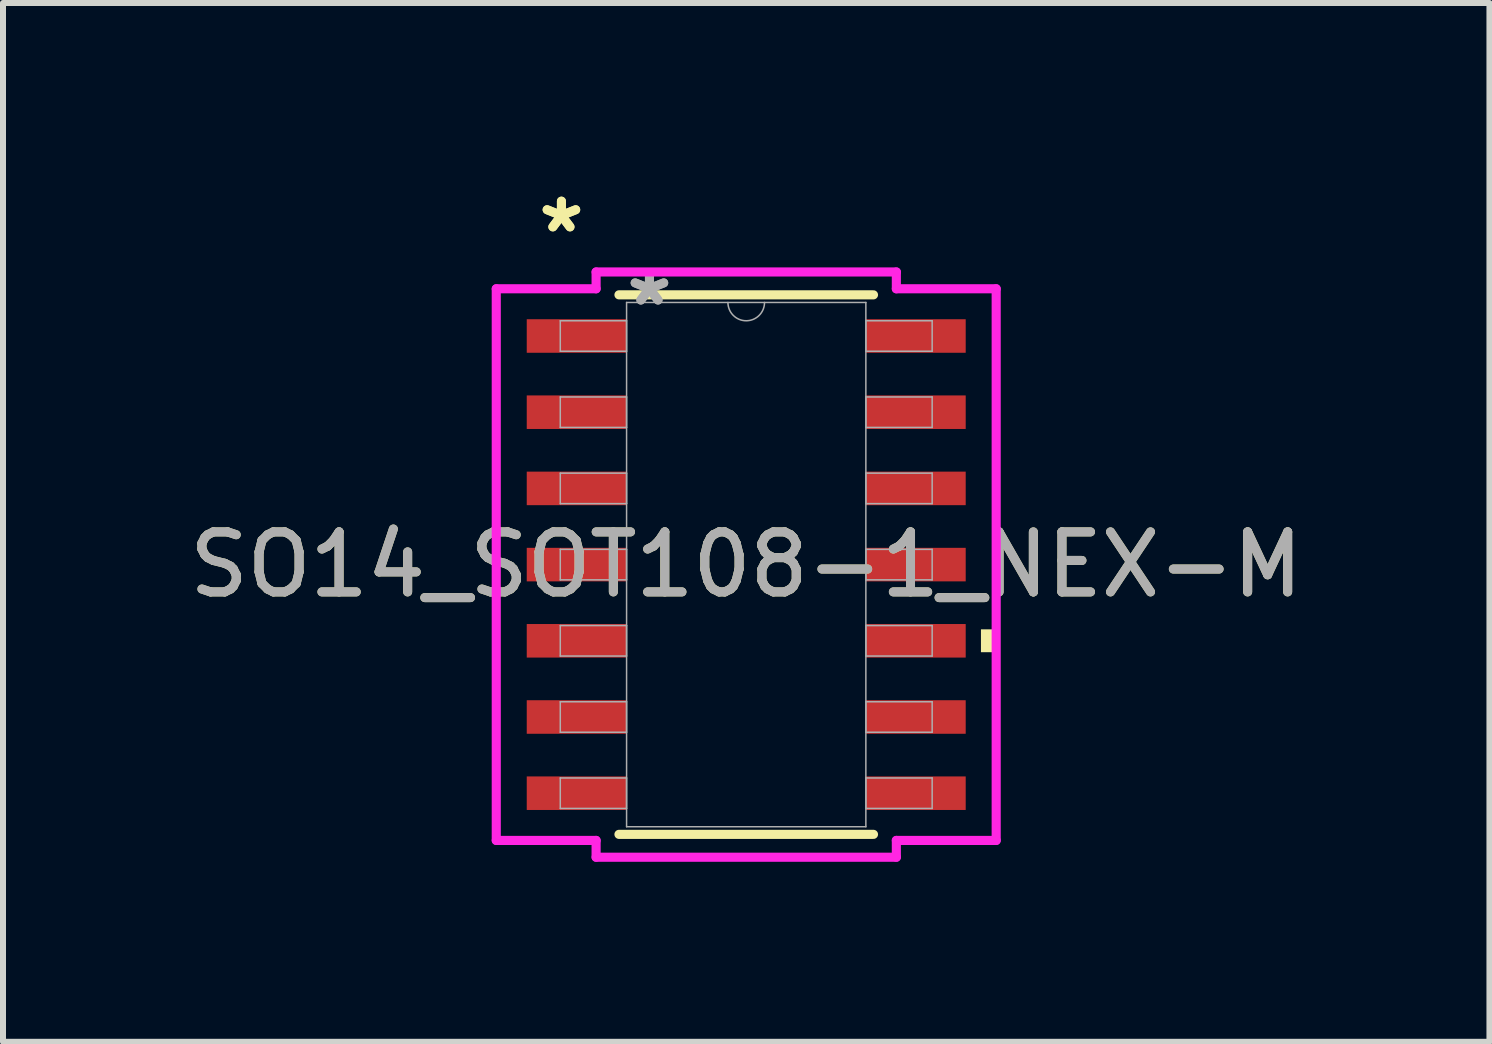
<source format=kicad_pcb>
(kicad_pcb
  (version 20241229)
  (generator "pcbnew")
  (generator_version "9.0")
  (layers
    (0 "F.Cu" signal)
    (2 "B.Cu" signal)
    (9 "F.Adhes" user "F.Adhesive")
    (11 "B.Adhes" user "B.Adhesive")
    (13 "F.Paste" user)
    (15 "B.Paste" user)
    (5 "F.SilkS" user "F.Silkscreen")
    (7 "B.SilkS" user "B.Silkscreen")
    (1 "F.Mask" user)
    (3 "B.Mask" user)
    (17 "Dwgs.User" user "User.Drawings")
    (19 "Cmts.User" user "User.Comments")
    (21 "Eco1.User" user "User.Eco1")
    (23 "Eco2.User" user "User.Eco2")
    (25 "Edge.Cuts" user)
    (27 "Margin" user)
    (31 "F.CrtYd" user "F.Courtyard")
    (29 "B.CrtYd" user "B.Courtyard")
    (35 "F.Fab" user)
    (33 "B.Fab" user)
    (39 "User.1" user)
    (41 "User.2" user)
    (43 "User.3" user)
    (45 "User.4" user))
  (footprint "SO14_SOT108-1_NEX-M"
    (layer "F.Cu")
    (at 9.387 6.36)
    (property "Reference" "SO14_SOT108-1_NEX-M" (at 0 0 0) (unlocked yes) (layer "F.SilkS") (effects (font (size 1 1) (thickness 0.15))))
    (attr smd)
    (fp_line (start -2.121 4.496) (end 2.121 4.496) (stroke (width 0.152) (type solid)) (layer "F.SilkS"))
    (fp_line (start 2.121 -4.496) (end -2.121 -4.496) (stroke (width 0.152) (type solid)) (layer "F.SilkS"))
    (fp_poly (pts (xy 4.166 1.079) (xy 4.166 1.46) (xy 3.912 1.46) (xy 3.912 1.079)) (stroke (width 0) (type solid)) (fill yes) (layer "F.SilkS"))
    (fp_line (start -4.166 -4.597) (end -2.502 -4.597) (stroke (width 0.152) (type solid)) (layer "F.CrtYd"))
    (fp_line (start -4.166 4.597) (end -4.166 -4.597) (stroke (width 0.152) (type solid)) (layer "F.CrtYd"))
    (fp_line (start -4.166 4.597) (end -2.502 4.597) (stroke (width 0.152) (type solid)) (layer "F.CrtYd"))
    (fp_line (start -2.502 -4.877) (end 2.502 -4.877) (stroke (width 0.152) (type solid)) (layer "F.CrtYd"))
    (fp_line (start -2.502 -4.597) (end -2.502 -4.877) (stroke (width 0.152) (type solid)) (layer "F.CrtYd"))
    (fp_line (start -2.502 4.877) (end -2.502 4.597) (stroke (width 0.152) (type solid)) (layer "F.CrtYd"))
    (fp_line (start 2.502 -4.877) (end 2.502 -4.597) (stroke (width 0.152) (type solid)) (layer "F.CrtYd"))
    (fp_line (start 2.502 4.597) (end 2.502 4.877) (stroke (width 0.152) (type solid)) (layer "F.CrtYd"))
    (fp_line (start 2.502 4.877) (end -2.502 4.877) (stroke (width 0.152) (type solid)) (layer "F.CrtYd"))
    (fp_line (start 4.166 -4.597) (end 2.502 -4.597) (stroke (width 0.152) (type solid)) (layer "F.CrtYd"))
    (fp_line (start 4.166 -4.597) (end 4.166 4.597) (stroke (width 0.152) (type solid)) (layer "F.CrtYd"))
    (fp_line (start 4.166 4.597) (end 2.502 4.597) (stroke (width 0.152) (type solid)) (layer "F.CrtYd"))
    (fp_line (start -3.099 -4.064) (end -3.099 -3.556) (stroke (width 0.025) (type solid)) (layer "F.Fab"))
    (fp_line (start -3.099 -3.556) (end -1.994 -3.556) (stroke (width 0.025) (type solid)) (layer "F.Fab"))
    (fp_line (start -3.099 -2.794) (end -3.099 -2.286) (stroke (width 0.025) (type solid)) (layer "F.Fab"))
    (fp_line (start -3.099 -2.286) (end -1.994 -2.286) (stroke (width 0.025) (type solid)) (layer "F.Fab"))
    (fp_line (start -3.099 -1.524) (end -3.099 -1.016) (stroke (width 0.025) (type solid)) (layer "F.Fab"))
    (fp_line (start -3.099 -1.016) (end -1.994 -1.016) (stroke (width 0.025) (type solid)) (layer "F.Fab"))
    (fp_line (start -3.099 -0.254) (end -3.099 0.254) (stroke (width 0.025) (type solid)) (layer "F.Fab"))
    (fp_line (start -3.099 0.254) (end -1.994 0.254) (stroke (width 0.025) (type solid)) (layer "F.Fab"))
    (fp_line (start -3.099 1.016) (end -3.099 1.524) (stroke (width 0.025) (type solid)) (layer "F.Fab"))
    (fp_line (start -3.099 1.524) (end -1.994 1.524) (stroke (width 0.025) (type solid)) (layer "F.Fab"))
    (fp_line (start -3.099 2.286) (end -3.099 2.794) (stroke (width 0.025) (type solid)) (layer "F.Fab"))
    (fp_line (start -3.099 2.794) (end -1.994 2.794) (stroke (width 0.025) (type solid)) (layer "F.Fab"))
    (fp_line (start -3.099 3.556) (end -3.099 4.064) (stroke (width 0.025) (type solid)) (layer "F.Fab"))
    (fp_line (start -3.099 4.064) (end -1.994 4.064) (stroke (width 0.025) (type solid)) (layer "F.Fab"))
    (fp_line (start -1.994 -4.369) (end -1.994 4.369) (stroke (width 0.025) (type solid)) (layer "F.Fab"))
    (fp_line (start -1.994 -4.064) (end -3.099 -4.064) (stroke (width 0.025) (type solid)) (layer "F.Fab"))
    (fp_line (start -1.994 -3.556) (end -1.994 -4.064) (stroke (width 0.025) (type solid)) (layer "F.Fab"))
    (fp_line (start -1.994 -2.794) (end -3.099 -2.794) (stroke (width 0.025) (type solid)) (layer "F.Fab"))
    (fp_line (start -1.994 -2.286) (end -1.994 -2.794) (stroke (width 0.025) (type solid)) (layer "F.Fab"))
    (fp_line (start -1.994 -1.524) (end -3.099 -1.524) (stroke (width 0.025) (type solid)) (layer "F.Fab"))
    (fp_line (start -1.994 -1.016) (end -1.994 -1.524) (stroke (width 0.025) (type solid)) (layer "F.Fab"))
    (fp_line (start -1.994 -0.254) (end -3.099 -0.254) (stroke (width 0.025) (type solid)) (layer "F.Fab"))
    (fp_line (start -1.994 0.254) (end -1.994 -0.254) (stroke (width 0.025) (type solid)) (layer "F.Fab"))
    (fp_line (start -1.994 1.016) (end -3.099 1.016) (stroke (width 0.025) (type solid)) (layer "F.Fab"))
    (fp_line (start -1.994 1.524) (end -1.994 1.016) (stroke (width 0.025) (type solid)) (layer "F.Fab"))
    (fp_line (start -1.994 2.286) (end -3.099 2.286) (stroke (width 0.025) (type solid)) (layer "F.Fab"))
    (fp_line (start -1.994 2.794) (end -1.994 2.286) (stroke (width 0.025) (type solid)) (layer "F.Fab"))
    (fp_line (start -1.994 3.556) (end -3.099 3.556) (stroke (width 0.025) (type solid)) (layer "F.Fab"))
    (fp_line (start -1.994 4.064) (end -1.994 3.556) (stroke (width 0.025) (type solid)) (layer "F.Fab"))
    (fp_line (start -1.994 4.369) (end 1.994 4.369) (stroke (width 0.025) (type solid)) (layer "F.Fab"))
    (fp_line (start 1.994 -4.369) (end -1.994 -4.369) (stroke (width 0.025) (type solid)) (layer "F.Fab"))
    (fp_line (start 1.994 -4.064) (end 1.994 -3.556) (stroke (width 0.025) (type solid)) (layer "F.Fab"))
    (fp_line (start 1.994 -3.556) (end 3.099 -3.556) (stroke (width 0.025) (type solid)) (layer "F.Fab"))
    (fp_line (start 1.994 -2.794) (end 1.994 -2.286) (stroke (width 0.025) (type solid)) (layer "F.Fab"))
    (fp_line (start 1.994 -2.286) (end 3.099 -2.286) (stroke (width 0.025) (type solid)) (layer "F.Fab"))
    (fp_line (start 1.994 -1.524) (end 1.994 -1.016) (stroke (width 0.025) (type solid)) (layer "F.Fab"))
    (fp_line (start 1.994 -1.016) (end 3.099 -1.016) (stroke (width 0.025) (type solid)) (layer "F.Fab"))
    (fp_line (start 1.994 -0.254) (end 1.994 0.254) (stroke (width 0.025) (type solid)) (layer "F.Fab"))
    (fp_line (start 1.994 0.254) (end 3.099 0.254) (stroke (width 0.025) (type solid)) (layer "F.Fab"))
    (fp_line (start 1.994 1.016) (end 1.994 1.524) (stroke (width 0.025) (type solid)) (layer "F.Fab"))
    (fp_line (start 1.994 1.524) (end 3.099 1.524) (stroke (width 0.025) (type solid)) (layer "F.Fab"))
    (fp_line (start 1.994 2.286) (end 1.994 2.794) (stroke (width 0.025) (type solid)) (layer "F.Fab"))
    (fp_line (start 1.994 2.794) (end 3.099 2.794) (stroke (width 0.025) (type solid)) (layer "F.Fab"))
    (fp_line (start 1.994 3.556) (end 1.994 4.064) (stroke (width 0.025) (type solid)) (layer "F.Fab"))
    (fp_line (start 1.994 4.064) (end 3.099 4.064) (stroke (width 0.025) (type solid)) (layer "F.Fab"))
    (fp_line (start 1.994 4.369) (end 1.994 -4.369) (stroke (width 0.025) (type solid)) (layer "F.Fab"))
    (fp_line (start 3.099 -4.064) (end 1.994 -4.064) (stroke (width 0.025) (type solid)) (layer "F.Fab"))
    (fp_line (start 3.099 -3.556) (end 3.099 -4.064) (stroke (width 0.025) (type solid)) (layer "F.Fab"))
    (fp_line (start 3.099 -2.794) (end 1.994 -2.794) (stroke (width 0.025) (type solid)) (layer "F.Fab"))
    (fp_line (start 3.099 -2.286) (end 3.099 -2.794) (stroke (width 0.025) (type solid)) (layer "F.Fab"))
    (fp_line (start 3.099 -1.524) (end 1.994 -1.524) (stroke (width 0.025) (type solid)) (layer "F.Fab"))
    (fp_line (start 3.099 -1.016) (end 3.099 -1.524) (stroke (width 0.025) (type solid)) (layer "F.Fab"))
    (fp_line (start 3.099 -0.254) (end 1.994 -0.254) (stroke (width 0.025) (type solid)) (layer "F.Fab"))
    (fp_line (start 3.099 0.254) (end 3.099 -0.254) (stroke (width 0.025) (type solid)) (layer "F.Fab"))
    (fp_line (start 3.099 1.016) (end 1.994 1.016) (stroke (width 0.025) (type solid)) (layer "F.Fab"))
    (fp_line (start 3.099 1.524) (end 3.099 1.016) (stroke (width 0.025) (type solid)) (layer "F.Fab"))
    (fp_line (start 3.099 2.286) (end 1.994 2.286) (stroke (width 0.025) (type solid)) (layer "F.Fab"))
    (fp_line (start 3.099 2.794) (end 3.099 2.286) (stroke (width 0.025) (type solid)) (layer "F.Fab"))
    (fp_line (start 3.099 3.556) (end 1.994 3.556) (stroke (width 0.025) (type solid)) (layer "F.Fab"))
    (fp_line (start 3.099 4.064) (end 3.099 3.556) (stroke (width 0.025) (type solid)) (layer "F.Fab"))
    (fp_arc (start 0.3048 -4.3688) (mid 0 -4.064) (end -0.3048 -4.3688) (stroke (width 0.0254) (type solid)) (layer "F.Fab"))
    (fp_text user "*" (at -3.08 -5.512 0) (layer "F.SilkS") (effects (font (size 1 1) (thickness 0.15))))
    (fp_text user "*" (at -3.08 -5.512 0) (unlocked yes) (layer "F.SilkS") (effects (font (size 1 1) (thickness 0.15))))
    (fp_text user "*" (at -1.613 -4.293 0) (layer "F.Fab") (effects (font (size 1 1) (thickness 0.15))))
    (fp_text user "*" (at -1.613 -4.293 0) (unlocked yes) (layer "F.Fab") (effects (font (size 1 1) (thickness 0.15))))
    (fp_text user "${REFERENCE}" (at 0 0 0) (unlocked yes) (layer "F.Fab") (effects (font (size 1 1) (thickness 0.15))))
    (pad "1" smd rect (at -2.826 -3.81) (size 1.664 0.559) (layers "F.Cu" "F.Mask" "F.Paste"))
    (pad "2" smd rect (at -2.826 -2.54) (size 1.664 0.559) (layers "F.Cu" "F.Mask" "F.Paste"))
    (pad "3" smd rect (at -2.826 -1.27) (size 1.664 0.559) (layers "F.Cu" "F.Mask" "F.Paste"))
    (pad "4" smd rect (at -2.826 0) (size 1.664 0.559) (layers "F.Cu" "F.Mask" "F.Paste"))
    (pad "5" smd rect (at -2.826 1.27) (size 1.664 0.559) (layers "F.Cu" "F.Mask" "F.Paste"))
    (pad "6" smd rect (at -2.826 2.54) (size 1.664 0.559) (layers "F.Cu" "F.Mask" "F.Paste"))
    (pad "7" smd rect (at -2.826 3.81) (size 1.664 0.559) (layers "F.Cu" "F.Mask" "F.Paste"))
    (pad "8" smd rect (at 2.826 3.81) (size 1.664 0.559) (layers "F.Cu" "F.Mask" "F.Paste"))
    (pad "9" smd rect (at 2.826 2.54) (size 1.664 0.559) (layers "F.Cu" "F.Mask" "F.Paste"))
    (pad "10" smd rect (at 2.826 1.27) (size 1.664 0.559) (layers "F.Cu" "F.Mask" "F.Paste"))
    (pad "11" smd rect (at 2.826 0) (size 1.664 0.559) (layers "F.Cu" "F.Mask" "F.Paste"))
    (pad "12" smd rect (at 2.826 -1.27) (size 1.664 0.559) (layers "F.Cu" "F.Mask" "F.Paste"))
    (pad "13" smd rect (at 2.826 -2.54) (size 1.664 0.559) (layers "F.Cu" "F.Mask" "F.Paste"))
    (pad "14" smd rect (at 2.826 -3.81) (size 1.664 0.559) (layers "F.Cu" "F.Mask" "F.Paste")))
  (gr_rect
    (start -3 -3)
    (end 21.774 14.313)
    (stroke (width 0.1) (type default))
    (fill no)
    (layer "Edge.Cuts")))
</source>
